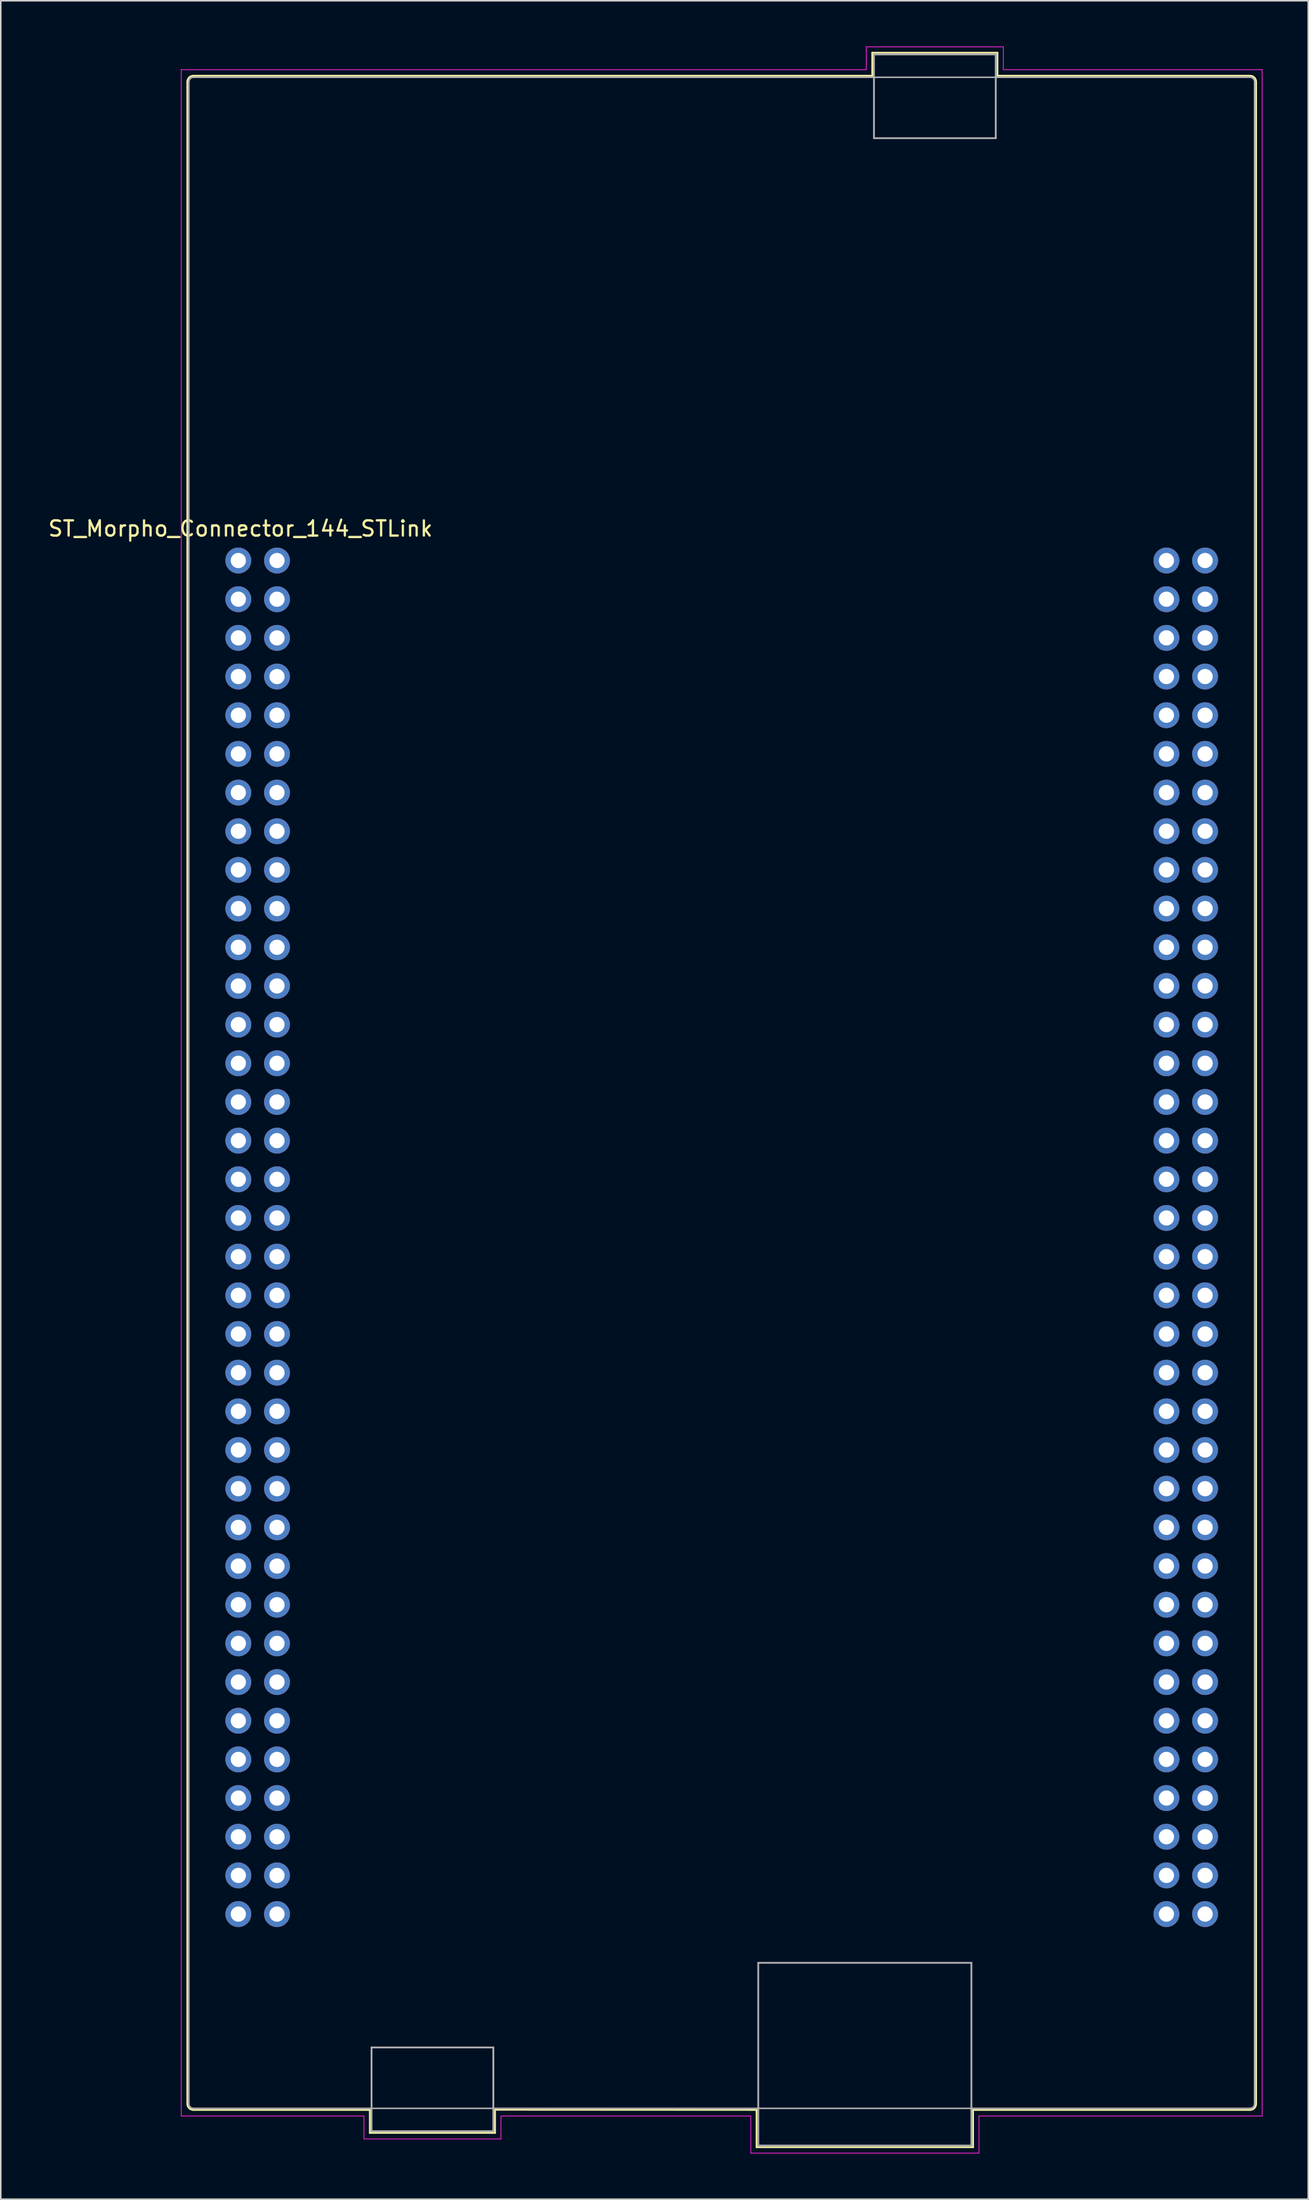
<source format=kicad_pcb>
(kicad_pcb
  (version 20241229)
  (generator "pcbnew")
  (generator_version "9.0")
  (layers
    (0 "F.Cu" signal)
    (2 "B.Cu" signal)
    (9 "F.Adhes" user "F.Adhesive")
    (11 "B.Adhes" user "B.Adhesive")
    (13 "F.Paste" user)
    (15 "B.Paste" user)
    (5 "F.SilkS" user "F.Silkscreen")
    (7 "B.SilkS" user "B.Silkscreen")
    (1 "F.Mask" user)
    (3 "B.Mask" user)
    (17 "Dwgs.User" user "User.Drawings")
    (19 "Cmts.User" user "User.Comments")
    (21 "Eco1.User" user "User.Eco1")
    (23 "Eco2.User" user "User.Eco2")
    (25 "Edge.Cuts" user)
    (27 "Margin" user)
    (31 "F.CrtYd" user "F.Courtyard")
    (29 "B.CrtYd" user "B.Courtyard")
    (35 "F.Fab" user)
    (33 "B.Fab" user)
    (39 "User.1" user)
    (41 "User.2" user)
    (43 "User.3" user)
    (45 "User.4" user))
  (footprint "ST_Morpho_Connector_144_STLink"
    (layer "F.Cu")
    (at 12.604 33.765)
    (property "Reference" "ST_Morpho_Connector_144_STLink" (at 0.14 -2.095 0) (layer "F.SilkS") (effects (font (size 1 1) (thickness 0.15))))
    (attr through_hole)
    (fp_line (start -3.35 -31.44) (end -3.35 101.36) (stroke (width 0.12) (type solid)) (layer "F.SilkS"))
    (fp_line (start 8.64 101.76) (end -2.95 101.76) (stroke (width 0.12) (type solid)) (layer "F.SilkS"))
    (fp_line (start 8.64 101.76) (end 8.64 103.27) (stroke (width 0.12) (type solid)) (layer "F.SilkS"))
    (fp_line (start 8.64 103.27) (end 16.86 103.27) (stroke (width 0.12) (type solid)) (layer "F.SilkS"))
    (fp_line (start 16.86 103.27) (end 16.86 101.75) (stroke (width 0.12) (type solid)) (layer "F.SilkS"))
    (fp_line (start 34.04 101.76) (end 16.86 101.75) (stroke (width 0.12) (type solid)) (layer "F.SilkS"))
    (fp_line (start 34.04 104.21) (end 34.04 101.76) (stroke (width 0.12) (type solid)) (layer "F.SilkS"))
    (fp_line (start 41.64 -33.35) (end 49.86 -33.35) (stroke (width 0.12) (type solid)) (layer "F.SilkS"))
    (fp_line (start 41.64 -31.84) (end -2.95 -31.84) (stroke (width 0.12) (type solid)) (layer "F.SilkS"))
    (fp_line (start 41.64 -31.84) (end 41.64 -33.35) (stroke (width 0.12) (type solid)) (layer "F.SilkS"))
    (fp_line (start 48.26 101.76) (end 48.26 104.21) (stroke (width 0.12) (type solid)) (layer "F.SilkS"))
    (fp_line (start 48.26 101.76) (end 66.45 101.76) (stroke (width 0.12) (type solid)) (layer "F.SilkS"))
    (fp_line (start 48.26 104.21) (end 34.04 104.21) (stroke (width 0.12) (type solid)) (layer "F.SilkS"))
    (fp_line (start 49.86 -33.35) (end 49.86 -31.84) (stroke (width 0.12) (type solid)) (layer "F.SilkS"))
    (fp_line (start 49.86 -31.84) (end 66.45 -31.84) (stroke (width 0.12) (type solid)) (layer "F.SilkS"))
    (fp_line (start 66.85 101.36) (end 66.85 -31.44) (stroke (width 0.12) (type solid)) (layer "F.SilkS"))
    (fp_arc (start -3.35 -31.44) (mid -3.232843 -31.722843) (end -2.95 -31.84) (stroke (width 0.12) (type solid)) (layer "F.SilkS"))
    (fp_arc (start -2.95 101.76) (mid -3.232843 101.642843) (end -3.35 101.36) (stroke (width 0.12) (type solid)) (layer "F.SilkS"))
    (fp_arc (start 66.45 -31.84) (mid 66.732843 -31.722843) (end 66.85 -31.44) (stroke (width 0.12) (type solid)) (layer "F.SilkS"))
    (fp_arc (start 66.85 101.36) (mid 66.732843 101.642843) (end 66.45 101.76) (stroke (width 0.12) (type solid)) (layer "F.SilkS"))
    (fp_line (start -3.75 -32.24) (end -3.75 102.16) (stroke (width 0.05) (type solid)) (layer "F.CrtYd"))
    (fp_line (start -3.75 102.16) (end 8.25 102.16) (stroke (width 0.05) (type solid)) (layer "F.CrtYd"))
    (fp_line (start 8.25 102.16) (end 8.25 103.67) (stroke (width 0.05) (type solid)) (layer "F.CrtYd"))
    (fp_line (start 8.25 103.67) (end 17.25 103.67) (stroke (width 0.05) (type solid)) (layer "F.CrtYd"))
    (fp_line (start 17.25 102.16) (end 17.25 103.67) (stroke (width 0.05) (type solid)) (layer "F.CrtYd"))
    (fp_line (start 17.25 102.16) (end 33.66 102.16) (stroke (width 0.05) (type solid)) (layer "F.CrtYd"))
    (fp_line (start 33.66 104.6) (end 33.66 102.16) (stroke (width 0.05) (type solid)) (layer "F.CrtYd"))
    (fp_line (start 33.66 104.6) (end 48.65 104.6) (stroke (width 0.05) (type solid)) (layer "F.CrtYd"))
    (fp_line (start 41.25 -33.74) (end 50.25 -33.74) (stroke (width 0.05) (type solid)) (layer "F.CrtYd"))
    (fp_line (start 41.25 -32.24) (end -3.75 -32.24) (stroke (width 0.05) (type solid)) (layer "F.CrtYd"))
    (fp_line (start 41.25 -32.24) (end 41.25 -33.74) (stroke (width 0.05) (type solid)) (layer "F.CrtYd"))
    (fp_line (start 48.65 102.16) (end 48.65 104.6) (stroke (width 0.05) (type solid)) (layer "F.CrtYd"))
    (fp_line (start 50.25 -32.24) (end 50.25 -33.74) (stroke (width 0.05) (type solid)) (layer "F.CrtYd"))
    (fp_line (start 50.25 -32.24) (end 67.25 -32.24) (stroke (width 0.05) (type solid)) (layer "F.CrtYd"))
    (fp_line (start 67.25 102.16) (end 48.65 102.16) (stroke (width 0.05) (type solid)) (layer "F.CrtYd"))
    (fp_line (start 67.25 102.16) (end 67.25 -32.24) (stroke (width 0.05) (type solid)) (layer "F.CrtYd"))
    (fp_line (start -3.25 101.36) (end -3.25 -31.44) (stroke (width 0.1) (type solid)) (layer "F.Fab"))
    (fp_line (start 8.75 97.66) (end 16.75 97.66) (stroke (width 0.12) (type solid)) (layer "F.Fab"))
    (fp_line (start 8.75 103.16) (end 8.75 97.65) (stroke (width 0.12) (type solid)) (layer "F.Fab"))
    (fp_line (start 8.75 103.16) (end 16.75 103.16) (stroke (width 0.12) (type solid)) (layer "F.Fab"))
    (fp_line (start 16.75 97.66) (end 16.75 103.16) (stroke (width 0.12) (type solid)) (layer "F.Fab"))
    (fp_line (start 34.15 92.1) (end 48.15 92.1) (stroke (width 0.12) (type solid)) (layer "F.Fab"))
    (fp_line (start 34.15 104.1) (end 34.15 92.1) (stroke (width 0.12) (type solid)) (layer "F.Fab"))
    (fp_line (start 34.15 104.1) (end 48.15 104.1) (stroke (width 0.12) (type solid)) (layer "F.Fab"))
    (fp_line (start 41.75 -33.24) (end 49.75 -33.24) (stroke (width 0.12) (type solid)) (layer "F.Fab"))
    (fp_line (start 41.75 -27.74) (end 41.75 -33.24) (stroke (width 0.12) (type solid)) (layer "F.Fab"))
    (fp_line (start 41.75 -27.74) (end 49.75 -27.74) (stroke (width 0.12) (type solid)) (layer "F.Fab"))
    (fp_line (start 48.15 104.1) (end 48.15 92.1) (stroke (width 0.12) (type solid)) (layer "F.Fab"))
    (fp_line (start 49.75 -33.24) (end 49.75 -27.74) (stroke (width 0.12) (type solid)) (layer "F.Fab"))
    (fp_line (start 66.45 -31.74) (end -2.95 -31.74) (stroke (width 0.1) (type solid)) (layer "F.Fab"))
    (fp_line (start 66.45 101.66) (end -2.95 101.66) (stroke (width 0.1) (type solid)) (layer "F.Fab"))
    (fp_line (start 66.75 101.36) (end 66.75 -31.44) (stroke (width 0.1) (type solid)) (layer "F.Fab"))
    (fp_arc (start -3.25 -31.44) (mid -3.162132 -31.652132) (end -2.95 -31.74) (stroke (width 0.1) (type solid)) (layer "F.Fab"))
    (fp_arc (start -2.95 101.66) (mid -3.162132 101.572132) (end -3.25 101.36) (stroke (width 0.1) (type solid)) (layer "F.Fab"))
    (fp_arc (start 66.45 -31.74) (mid 66.662132 -31.652132) (end 66.75 -31.44) (stroke (width 0.1) (type solid)) (layer "F.Fab"))
    (fp_arc (start 66.75 101.36) (mid 66.662132 101.572132) (end 66.45 101.66) (stroke (width 0.1) (type solid)) (layer "F.Fab"))
    (pad "1" thru_hole circle (at 0 0) (size 1.7 1.7) (drill 1) (layers "*.Cu" "*.Mask"))
    (pad "2" thru_hole circle (at 2.54 0) (size 1.7 1.7) (drill 1) (layers "*.Cu" "*.Mask"))
    (pad "3" thru_hole circle (at 0 2.54) (size 1.7 1.7) (drill 1) (layers "*.Cu" "*.Mask"))
    (pad "4" thru_hole circle (at 2.54 2.54) (size 1.7 1.7) (drill 1) (layers "*.Cu" "*.Mask"))
    (pad "5" thru_hole circle (at 0 5.08) (size 1.7 1.7) (drill 1) (layers "*.Cu" "*.Mask"))
    (pad "6" thru_hole circle (at 2.54 5.08) (size 1.7 1.7) (drill 1) (layers "*.Cu" "*.Mask"))
    (pad "7" thru_hole circle (at 0 7.62) (size 1.7 1.7) (drill 1) (layers "*.Cu" "*.Mask"))
    (pad "8" thru_hole circle (at 2.54 7.62) (size 1.7 1.7) (drill 1) (layers "*.Cu" "*.Mask"))
    (pad "9" thru_hole circle (at 0 10.16) (size 1.7 1.7) (drill 1) (layers "*.Cu" "*.Mask"))
    (pad "10" thru_hole circle (at 2.54 10.16) (size 1.7 1.7) (drill 1) (layers "*.Cu" "*.Mask"))
    (pad "11" thru_hole circle (at 0 12.7) (size 1.7 1.7) (drill 1) (layers "*.Cu" "*.Mask"))
    (pad "12" thru_hole circle (at 2.54 12.7) (size 1.7 1.7) (drill 1) (layers "*.Cu" "*.Mask"))
    (pad "13" thru_hole circle (at 0 15.24) (size 1.7 1.7) (drill 1) (layers "*.Cu" "*.Mask"))
    (pad "14" thru_hole circle (at 2.54 15.24) (size 1.7 1.7) (drill 1) (layers "*.Cu" "*.Mask"))
    (pad "15" thru_hole circle (at 0 17.78) (size 1.7 1.7) (drill 1) (layers "*.Cu" "*.Mask"))
    (pad "16" thru_hole circle (at 2.54 17.78) (size 1.7 1.7) (drill 1) (layers "*.Cu" "*.Mask"))
    (pad "17" thru_hole circle (at 0 20.32) (size 1.7 1.7) (drill 1) (layers "*.Cu" "*.Mask"))
    (pad "18" thru_hole circle (at 2.54 20.32) (size 1.7 1.7) (drill 1) (layers "*.Cu" "*.Mask"))
    (pad "19" thru_hole circle (at 0 22.86) (size 1.7 1.7) (drill 1) (layers "*.Cu" "*.Mask"))
    (pad "20" thru_hole circle (at 2.54 22.86) (size 1.7 1.7) (drill 1) (layers "*.Cu" "*.Mask"))
    (pad "21" thru_hole circle (at 0 25.4) (size 1.7 1.7) (drill 1) (layers "*.Cu" "*.Mask"))
    (pad "22" thru_hole circle (at 2.54 25.4) (size 1.7 1.7) (drill 1) (layers "*.Cu" "*.Mask"))
    (pad "23" thru_hole circle (at 0 27.94) (size 1.7 1.7) (drill 1) (layers "*.Cu" "*.Mask"))
    (pad "24" thru_hole circle (at 2.54 27.94) (size 1.7 1.7) (drill 1) (layers "*.Cu" "*.Mask"))
    (pad "25" thru_hole circle (at 0 30.48) (size 1.7 1.7) (drill 1) (layers "*.Cu" "*.Mask"))
    (pad "26" thru_hole circle (at 2.54 30.48) (size 1.7 1.7) (drill 1) (layers "*.Cu" "*.Mask"))
    (pad "27" thru_hole circle (at 0 33.02) (size 1.7 1.7) (drill 1) (layers "*.Cu" "*.Mask"))
    (pad "28" thru_hole circle (at 2.54 33.02) (size 1.7 1.7) (drill 1) (layers "*.Cu" "*.Mask"))
    (pad "29" thru_hole circle (at 0 35.56) (size 1.7 1.7) (drill 1) (layers "*.Cu" "*.Mask"))
    (pad "30" thru_hole circle (at 2.54 35.56) (size 1.7 1.7) (drill 1) (layers "*.Cu" "*.Mask"))
    (pad "31" thru_hole circle (at 0 38.1) (size 1.7 1.7) (drill 1) (layers "*.Cu" "*.Mask"))
    (pad "32" thru_hole circle (at 2.54 38.1) (size 1.7 1.7) (drill 1) (layers "*.Cu" "*.Mask"))
    (pad "33" thru_hole circle (at 0 40.64) (size 1.7 1.7) (drill 1) (layers "*.Cu" "*.Mask"))
    (pad "34" thru_hole circle (at 2.54 40.64) (size 1.7 1.7) (drill 1) (layers "*.Cu" "*.Mask"))
    (pad "35" thru_hole circle (at 0 43.18) (size 1.7 1.7) (drill 1) (layers "*.Cu" "*.Mask"))
    (pad "36" thru_hole circle (at 2.54 43.18) (size 1.7 1.7) (drill 1) (layers "*.Cu" "*.Mask"))
    (pad "37" thru_hole circle (at 0 45.72) (size 1.7 1.7) (drill 1) (layers "*.Cu" "*.Mask"))
    (pad "38" thru_hole circle (at 2.54 45.72) (size 1.7 1.7) (drill 1) (layers "*.Cu" "*.Mask"))
    (pad "39" thru_hole circle (at 0 48.26) (size 1.7 1.7) (drill 1) (layers "*.Cu" "*.Mask"))
    (pad "40" thru_hole circle (at 2.54 48.26) (size 1.7 1.7) (drill 1) (layers "*.Cu" "*.Mask"))
    (pad "41" thru_hole circle (at 0 50.8) (size 1.7 1.7) (drill 1) (layers "*.Cu" "*.Mask"))
    (pad "42" thru_hole circle (at 2.54 50.8) (size 1.7 1.7) (drill 1) (layers "*.Cu" "*.Mask"))
    (pad "43" thru_hole circle (at 0 53.34) (size 1.7 1.7) (drill 1) (layers "*.Cu" "*.Mask"))
    (pad "44" thru_hole circle (at 2.54 53.34) (size 1.7 1.7) (drill 1) (layers "*.Cu" "*.Mask"))
    (pad "45" thru_hole circle (at 0 55.88) (size 1.7 1.7) (drill 1) (layers "*.Cu" "*.Mask"))
    (pad "46" thru_hole circle (at 2.54 55.88) (size 1.7 1.7) (drill 1) (layers "*.Cu" "*.Mask"))
    (pad "47" thru_hole circle (at 0 58.42) (size 1.7 1.7) (drill 1) (layers "*.Cu" "*.Mask"))
    (pad "48" thru_hole circle (at 2.54 58.42) (size 1.7 1.7) (drill 1) (layers "*.Cu" "*.Mask"))
    (pad "49" thru_hole circle (at 0 60.96) (size 1.7 1.7) (drill 1) (layers "*.Cu" "*.Mask"))
    (pad "50" thru_hole circle (at 2.54 60.96) (size 1.7 1.7) (drill 1) (layers "*.Cu" "*.Mask"))
    (pad "51" thru_hole circle (at 0 63.5) (size 1.7 1.7) (drill 1) (layers "*.Cu" "*.Mask"))
    (pad "52" thru_hole circle (at 2.54 63.5) (size 1.7 1.7) (drill 1) (layers "*.Cu" "*.Mask"))
    (pad "53" thru_hole circle (at 0 66.04) (size 1.7 1.7) (drill 1) (layers "*.Cu" "*.Mask"))
    (pad "54" thru_hole circle (at 2.54 66.04) (size 1.7 1.7) (drill 1) (layers "*.Cu" "*.Mask"))
    (pad "55" thru_hole circle (at 0 68.58) (size 1.7 1.7) (drill 1) (layers "*.Cu" "*.Mask"))
    (pad "56" thru_hole circle (at 2.54 68.58) (size 1.7 1.7) (drill 1) (layers "*.Cu" "*.Mask"))
    (pad "57" thru_hole circle (at 0 71.12) (size 1.7 1.7) (drill 1) (layers "*.Cu" "*.Mask"))
    (pad "58" thru_hole circle (at 2.54 71.12) (size 1.7 1.7) (drill 1) (layers "*.Cu" "*.Mask"))
    (pad "59" thru_hole circle (at 0 73.66) (size 1.7 1.7) (drill 1) (layers "*.Cu" "*.Mask"))
    (pad "60" thru_hole circle (at 2.54 73.66) (size 1.7 1.7) (drill 1) (layers "*.Cu" "*.Mask"))
    (pad "61" thru_hole circle (at 0 76.2) (size 1.7 1.7) (drill 1) (layers "*.Cu" "*.Mask"))
    (pad "62" thru_hole circle (at 2.54 76.2) (size 1.7 1.7) (drill 1) (layers "*.Cu" "*.Mask"))
    (pad "63" thru_hole circle (at 0 78.74) (size 1.7 1.7) (drill 1) (layers "*.Cu" "*.Mask"))
    (pad "64" thru_hole circle (at 2.54 78.74) (size 1.7 1.7) (drill 1) (layers "*.Cu" "*.Mask"))
    (pad "65" thru_hole circle (at 0 81.28) (size 1.7 1.7) (drill 1) (layers "*.Cu" "*.Mask"))
    (pad "66" thru_hole circle (at 2.54 81.28) (size 1.7 1.7) (drill 1) (layers "*.Cu" "*.Mask"))
    (pad "67" thru_hole circle (at 0 83.82) (size 1.7 1.7) (drill 1) (layers "*.Cu" "*.Mask"))
    (pad "68" thru_hole circle (at 2.54 83.82) (size 1.7 1.7) (drill 1) (layers "*.Cu" "*.Mask"))
    (pad "69" thru_hole circle (at 0 86.36) (size 1.7 1.7) (drill 1) (layers "*.Cu" "*.Mask"))
    (pad "70" thru_hole circle (at 2.54 86.36) (size 1.7 1.7) (drill 1) (layers "*.Cu" "*.Mask"))
    (pad "71" thru_hole circle (at 0 88.9) (size 1.7 1.7) (drill 1) (layers "*.Cu" "*.Mask"))
    (pad "72" thru_hole circle (at 2.54 88.9) (size 1.7 1.7) (drill 1) (layers "*.Cu" "*.Mask"))
    (pad "73" thru_hole circle (at 60.96 0) (size 1.7 1.7) (drill 1) (layers "*.Cu" "*.Mask"))
    (pad "74" thru_hole circle (at 63.5 0) (size 1.7 1.7) (drill 1) (layers "*.Cu" "*.Mask"))
    (pad "75" thru_hole circle (at 60.96 2.54) (size 1.7 1.7) (drill 1) (layers "*.Cu" "*.Mask"))
    (pad "76" thru_hole circle (at 63.5 2.54) (size 1.7 1.7) (drill 1) (layers "*.Cu" "*.Mask"))
    (pad "77" thru_hole circle (at 60.96 5.08) (size 1.7 1.7) (drill 1) (layers "*.Cu" "*.Mask"))
    (pad "78" thru_hole circle (at 63.5 5.08) (size 1.7 1.7) (drill 1) (layers "*.Cu" "*.Mask"))
    (pad "79" thru_hole circle (at 60.96 7.62) (size 1.7 1.7) (drill 1) (layers "*.Cu" "*.Mask"))
    (pad "80" thru_hole circle (at 63.5 7.62) (size 1.7 1.7) (drill 1) (layers "*.Cu" "*.Mask"))
    (pad "81" thru_hole circle (at 60.96 10.16) (size 1.7 1.7) (drill 1) (layers "*.Cu" "*.Mask"))
    (pad "82" thru_hole circle (at 63.5 10.16) (size 1.7 1.7) (drill 1) (layers "*.Cu" "*.Mask"))
    (pad "83" thru_hole circle (at 60.96 12.7) (size 1.7 1.7) (drill 1) (layers "*.Cu" "*.Mask"))
    (pad "84" thru_hole circle (at 63.5 12.7) (size 1.7 1.7) (drill 1) (layers "*.Cu" "*.Mask"))
    (pad "85" thru_hole circle (at 60.96 15.24) (size 1.7 1.7) (drill 1) (layers "*.Cu" "*.Mask"))
    (pad "86" thru_hole circle (at 63.5 15.24) (size 1.7 1.7) (drill 1) (layers "*.Cu" "*.Mask"))
    (pad "87" thru_hole circle (at 60.96 17.78) (size 1.7 1.7) (drill 1) (layers "*.Cu" "*.Mask"))
    (pad "88" thru_hole circle (at 63.5 17.78) (size 1.7 1.7) (drill 1) (layers "*.Cu" "*.Mask"))
    (pad "89" thru_hole circle (at 60.96 20.32) (size 1.7 1.7) (drill 1) (layers "*.Cu" "*.Mask"))
    (pad "90" thru_hole circle (at 63.5 20.32) (size 1.7 1.7) (drill 1) (layers "*.Cu" "*.Mask"))
    (pad "91" thru_hole circle (at 60.96 22.86) (size 1.7 1.7) (drill 1) (layers "*.Cu" "*.Mask"))
    (pad "92" thru_hole circle (at 63.5 22.86) (size 1.7 1.7) (drill 1) (layers "*.Cu" "*.Mask"))
    (pad "93" thru_hole circle (at 60.96 25.4) (size 1.7 1.7) (drill 1) (layers "*.Cu" "*.Mask"))
    (pad "94" thru_hole circle (at 63.5 25.4) (size 1.7 1.7) (drill 1) (layers "*.Cu" "*.Mask"))
    (pad "95" thru_hole circle (at 60.96 27.94) (size 1.7 1.7) (drill 1) (layers "*.Cu" "*.Mask"))
    (pad "96" thru_hole circle (at 63.5 27.94) (size 1.7 1.7) (drill 1) (layers "*.Cu" "*.Mask"))
    (pad "97" thru_hole circle (at 60.96 30.48) (size 1.7 1.7) (drill 1) (layers "*.Cu" "*.Mask"))
    (pad "98" thru_hole circle (at 63.5 30.48) (size 1.7 1.7) (drill 1) (layers "*.Cu" "*.Mask"))
    (pad "99" thru_hole circle (at 60.96 33.02) (size 1.7 1.7) (drill 1) (layers "*.Cu" "*.Mask"))
    (pad "100" thru_hole circle (at 63.5 33.02) (size 1.7 1.7) (drill 1) (layers "*.Cu" "*.Mask"))
    (pad "101" thru_hole circle (at 60.96 35.56) (size 1.7 1.7) (drill 1) (layers "*.Cu" "*.Mask"))
    (pad "102" thru_hole circle (at 63.5 35.56) (size 1.7 1.7) (drill 1) (layers "*.Cu" "*.Mask"))
    (pad "103" thru_hole circle (at 60.96 38.1) (size 1.7 1.7) (drill 1) (layers "*.Cu" "*.Mask"))
    (pad "104" thru_hole circle (at 63.5 38.1) (size 1.7 1.7) (drill 1) (layers "*.Cu" "*.Mask"))
    (pad "105" thru_hole circle (at 60.96 40.64) (size 1.7 1.7) (drill 1) (layers "*.Cu" "*.Mask"))
    (pad "106" thru_hole circle (at 63.5 40.64) (size 1.7 1.7) (drill 1) (layers "*.Cu" "*.Mask"))
    (pad "107" thru_hole circle (at 60.96 43.18) (size 1.7 1.7) (drill 1) (layers "*.Cu" "*.Mask"))
    (pad "108" thru_hole circle (at 63.5 43.18) (size 1.7 1.7) (drill 1) (layers "*.Cu" "*.Mask"))
    (pad "109" thru_hole circle (at 60.96 45.72) (size 1.7 1.7) (drill 1) (layers "*.Cu" "*.Mask"))
    (pad "110" thru_hole circle (at 63.5 45.72) (size 1.7 1.7) (drill 1) (layers "*.Cu" "*.Mask"))
    (pad "111" thru_hole circle (at 60.96 48.26) (size 1.7 1.7) (drill 1) (layers "*.Cu" "*.Mask"))
    (pad "112" thru_hole circle (at 63.5 48.26) (size 1.7 1.7) (drill 1) (layers "*.Cu" "*.Mask"))
    (pad "113" thru_hole circle (at 60.96 50.8) (size 1.7 1.7) (drill 1) (layers "*.Cu" "*.Mask"))
    (pad "114" thru_hole circle (at 63.5 50.8) (size 1.7 1.7) (drill 1) (layers "*.Cu" "*.Mask"))
    (pad "115" thru_hole circle (at 60.96 53.34) (size 1.7 1.7) (drill 1) (layers "*.Cu" "*.Mask"))
    (pad "116" thru_hole circle (at 63.5 53.34) (size 1.7 1.7) (drill 1) (layers "*.Cu" "*.Mask"))
    (pad "117" thru_hole circle (at 60.96 55.88) (size 1.7 1.7) (drill 1) (layers "*.Cu" "*.Mask"))
    (pad "118" thru_hole circle (at 63.5 55.88) (size 1.7 1.7) (drill 1) (layers "*.Cu" "*.Mask"))
    (pad "119" thru_hole circle (at 60.96 58.42) (size 1.7 1.7) (drill 1) (layers "*.Cu" "*.Mask"))
    (pad "120" thru_hole circle (at 63.5 58.42) (size 1.7 1.7) (drill 1) (layers "*.Cu" "*.Mask"))
    (pad "121" thru_hole circle (at 60.96 60.96) (size 1.7 1.7) (drill 1) (layers "*.Cu" "*.Mask"))
    (pad "122" thru_hole circle (at 63.5 60.96) (size 1.7 1.7) (drill 1) (layers "*.Cu" "*.Mask"))
    (pad "123" thru_hole circle (at 60.96 63.5) (size 1.7 1.7) (drill 1) (layers "*.Cu" "*.Mask"))
    (pad "124" thru_hole circle (at 63.5 63.5) (size 1.7 1.7) (drill 1) (layers "*.Cu" "*.Mask"))
    (pad "125" thru_hole circle (at 60.96 66.04) (size 1.7 1.7) (drill 1) (layers "*.Cu" "*.Mask"))
    (pad "126" thru_hole circle (at 63.5 66.04) (size 1.7 1.7) (drill 1) (layers "*.Cu" "*.Mask"))
    (pad "127" thru_hole circle (at 60.96 68.58) (size 1.7 1.7) (drill 1) (layers "*.Cu" "*.Mask"))
    (pad "128" thru_hole circle (at 63.5 68.58) (size 1.7 1.7) (drill 1) (layers "*.Cu" "*.Mask"))
    (pad "129" thru_hole circle (at 60.96 71.12) (size 1.7 1.7) (drill 1) (layers "*.Cu" "*.Mask"))
    (pad "130" thru_hole circle (at 63.5 71.12) (size 1.7 1.7) (drill 1) (layers "*.Cu" "*.Mask"))
    (pad "131" thru_hole circle (at 60.96 73.66) (size 1.7 1.7) (drill 1) (layers "*.Cu" "*.Mask"))
    (pad "132" thru_hole circle (at 63.5 73.66) (size 1.7 1.7) (drill 1) (layers "*.Cu" "*.Mask"))
    (pad "133" thru_hole circle (at 60.96 76.2) (size 1.7 1.7) (drill 1) (layers "*.Cu" "*.Mask"))
    (pad "134" thru_hole circle (at 63.5 76.2) (size 1.7 1.7) (drill 1) (layers "*.Cu" "*.Mask"))
    (pad "135" thru_hole circle (at 60.96 78.74) (size 1.7 1.7) (drill 1) (layers "*.Cu" "*.Mask"))
    (pad "136" thru_hole circle (at 63.5 78.74) (size 1.7 1.7) (drill 1) (layers "*.Cu" "*.Mask"))
    (pad "137" thru_hole circle (at 60.96 81.28) (size 1.7 1.7) (drill 1) (layers "*.Cu" "*.Mask"))
    (pad "138" thru_hole circle (at 63.5 81.28) (size 1.7 1.7) (drill 1) (layers "*.Cu" "*.Mask"))
    (pad "139" thru_hole circle (at 60.96 83.82) (size 1.7 1.7) (drill 1) (layers "*.Cu" "*.Mask"))
    (pad "140" thru_hole circle (at 63.5 83.82) (size 1.7 1.7) (drill 1) (layers "*.Cu" "*.Mask"))
    (pad "141" thru_hole circle (at 60.96 86.36) (size 1.7 1.7) (drill 1) (layers "*.Cu" "*.Mask"))
    (pad "142" thru_hole circle (at 63.5 86.36) (size 1.7 1.7) (drill 1) (layers "*.Cu" "*.Mask"))
    (pad "143" thru_hole circle (at 60.96 88.9) (size 1.7 1.7) (drill 1) (layers "*.Cu" "*.Mask"))
    (pad "144" thru_hole circle (at 63.5 88.9) (size 1.7 1.7) (drill 1) (layers "*.Cu" "*.Mask")))
  (gr_rect
    (start -3 -3)
    (end 82.879 141.39)
    (stroke (width 0.1) (type default))
    (fill no)
    (layer "Edge.Cuts")))
</source>
